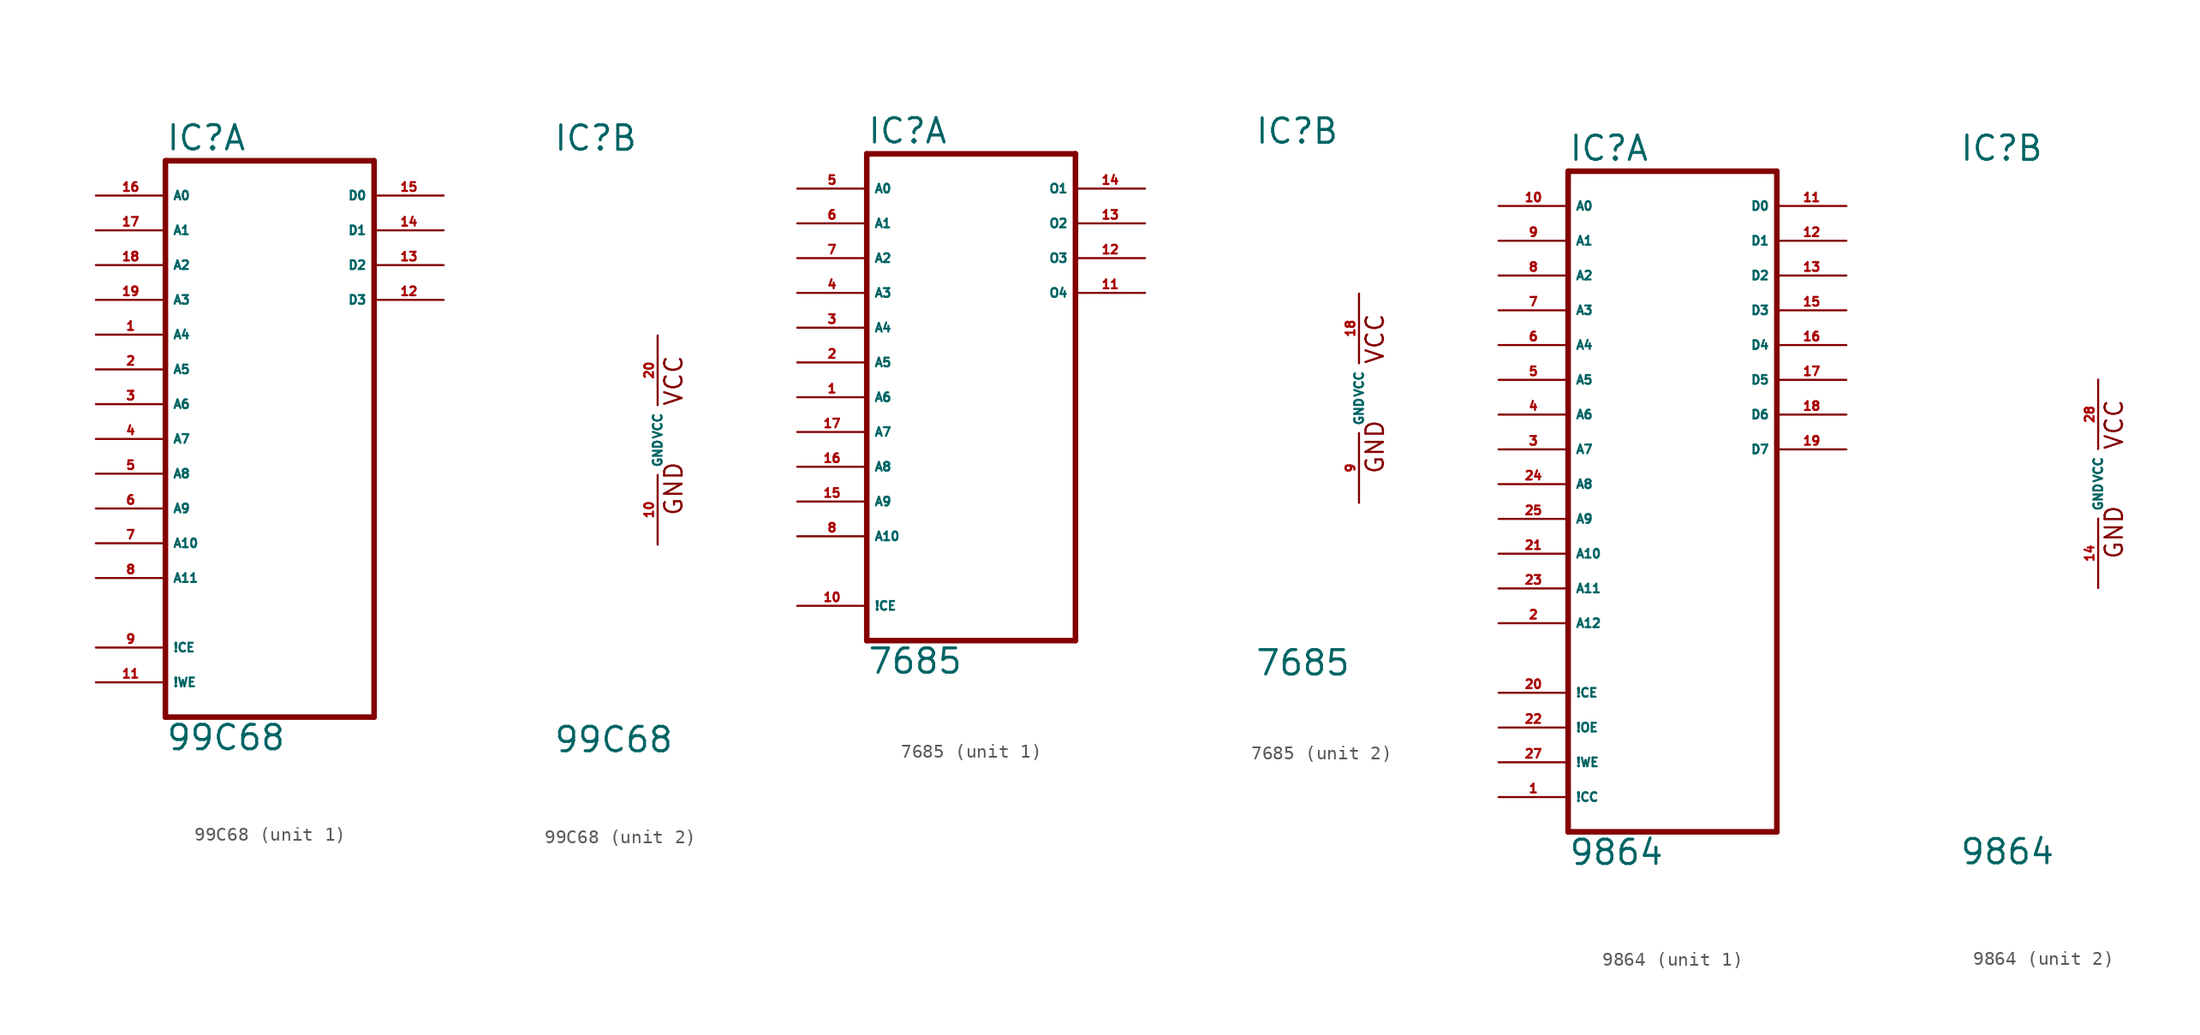
<source format=kicad_sym>
(kicad_symbol_lib
  (version 20220914)
  (generator Eagle2Kicad)
  (symbol "99C68"
    (property "Reference" "IC"
      (at -7.62 20.955 0)
      (effects (font (size 1.778 1.778) (thickness 0.22)) (justify left bottom)))
    (property "Value" "99C68"
      (at -7.62 -22.86 0)
      (effects (font (size 1.778 1.778) (thickness 0.22)) (justify left bottom)))
    (symbol "99C68_1_0"
      (polyline (pts (xy -7.62 -20.32) (xy 7.62 -20.32)) (stroke (width 0.406) (type default)) (fill (type none)))
      (polyline (pts (xy 7.62 -20.32) (xy 7.62 20.32)) (stroke (width 0.406) (type default)) (fill (type none)))
      (polyline (pts (xy 7.62 20.32) (xy -7.62 20.32)) (stroke (width 0.406) (type default)) (fill (type none)))
      (polyline (pts (xy -7.62 20.32) (xy -7.62 -20.32)) (stroke (width 0.406) (type default)) (fill (type none)))
      (pin input line (at -12.7 7.62 0) (length 5.08) (name "A4" (effects (font (size 0.635 0.635) (thickness 0.08)) (justify left bottom))) (number "1" (effects (font (size 0.635 0.635) (thickness 0.08)) (justify left bottom))))
      (pin input line (at -12.7 5.08 0) (length 5.08) (name "A5" (effects (font (size 0.635 0.635) (thickness 0.08)) (justify left bottom))) (number "2" (effects (font (size 0.635 0.635) (thickness 0.08)) (justify left bottom))))
      (pin input line (at -12.7 2.54 0) (length 5.08) (name "A6" (effects (font (size 0.635 0.635) (thickness 0.08)) (justify left bottom))) (number "3" (effects (font (size 0.635 0.635) (thickness 0.08)) (justify left bottom))))
      (pin input line (at -12.7 0 0) (length 5.08) (name "A7" (effects (font (size 0.635 0.635) (thickness 0.08)) (justify left bottom))) (number "4" (effects (font (size 0.635 0.635) (thickness 0.08)) (justify left bottom))))
      (pin input line (at -12.7 -2.54 0) (length 5.08) (name "A8" (effects (font (size 0.635 0.635) (thickness 0.08)) (justify left bottom))) (number "5" (effects (font (size 0.635 0.635) (thickness 0.08)) (justify left bottom))))
      (pin input line (at -12.7 -5.08 0) (length 5.08) (name "A9" (effects (font (size 0.635 0.635) (thickness 0.08)) (justify left bottom))) (number "6" (effects (font (size 0.635 0.635) (thickness 0.08)) (justify left bottom))))
      (pin input line (at -12.7 -7.62 0) (length 5.08) (name "A10" (effects (font (size 0.635 0.635) (thickness 0.08)) (justify left bottom))) (number "7" (effects (font (size 0.635 0.635) (thickness 0.08)) (justify left bottom))))
      (pin input line (at -12.7 -10.16 0) (length 5.08) (name "A11" (effects (font (size 0.635 0.635) (thickness 0.08)) (justify left bottom))) (number "8" (effects (font (size 0.635 0.635) (thickness 0.08)) (justify left bottom))))
      (pin input line (at -12.7 -15.24 0) (length 5.08) (name "!CE" (effects (font (size 0.635 0.635) (thickness 0.08)) (justify left bottom))) (number "9" (effects (font (size 0.635 0.635) (thickness 0.08)) (justify left bottom))))
      (pin input line (at -12.7 -17.78 0) (length 5.08) (name "!WE" (effects (font (size 0.635 0.635) (thickness 0.08)) (justify left bottom))) (number "11" (effects (font (size 0.635 0.635) (thickness 0.08)) (justify left bottom))))
      (pin bidirectional line (at 12.7 10.16 180) (length 5.08) (name "D3" (effects (font (size 0.635 0.635) (thickness 0.08)) (justify left bottom))) (number "12" (effects (font (size 0.635 0.635) (thickness 0.08)) (justify left bottom))))
      (pin bidirectional line (at 12.7 12.7 180) (length 5.08) (name "D2" (effects (font (size 0.635 0.635) (thickness 0.08)) (justify left bottom))) (number "13" (effects (font (size 0.635 0.635) (thickness 0.08)) (justify left bottom))))
      (pin bidirectional line (at 12.7 15.24 180) (length 5.08) (name "D1" (effects (font (size 0.635 0.635) (thickness 0.08)) (justify left bottom))) (number "14" (effects (font (size 0.635 0.635) (thickness 0.08)) (justify left bottom))))
      (pin bidirectional line (at 12.7 17.78 180) (length 5.08) (name "D0" (effects (font (size 0.635 0.635) (thickness 0.08)) (justify left bottom))) (number "15" (effects (font (size 0.635 0.635) (thickness 0.08)) (justify left bottom))))
      (pin input line (at -12.7 17.78 0) (length 5.08) (name "A0" (effects (font (size 0.635 0.635) (thickness 0.08)) (justify left bottom))) (number "16" (effects (font (size 0.635 0.635) (thickness 0.08)) (justify left bottom))))
      (pin input line (at -12.7 15.24 0) (length 5.08) (name "A1" (effects (font (size 0.635 0.635) (thickness 0.08)) (justify left bottom))) (number "17" (effects (font (size 0.635 0.635) (thickness 0.08)) (justify left bottom))))
      (pin input line (at -12.7 12.7 0) (length 5.08) (name "A2" (effects (font (size 0.635 0.635) (thickness 0.08)) (justify left bottom))) (number "18" (effects (font (size 0.635 0.635) (thickness 0.08)) (justify left bottom))))
      (pin input line (at -12.7 10.16 0) (length 5.08) (name "A3" (effects (font (size 0.635 0.635) (thickness 0.08)) (justify left bottom))) (number "19" (effects (font (size 0.635 0.635) (thickness 0.08)) (justify left bottom)))))
    (symbol "99C68_2_0"
      (text "GND" (at 1.905 -5.588 900) (effects (font (size 1.27 1.27) (thickness 0.16)) (justify left bottom)))
      (text "VCC" (at 1.905 2.413 900) (effects (font (size 1.27 1.27) (thickness 0.16)) (justify left bottom)))
      (pin unspecified line (at 0 -7.62 90) (length 5.08) (name "GND" (effects (font (size 0.635 0.635) (thickness 0.08)) (justify left bottom))) (number "10" (effects (font (size 0.635 0.635) (thickness 0.08)) (justify left bottom))))
      (pin unspecified line (at 0 7.62 270) (length 5.08) (name "VCC" (effects (font (size 0.635 0.635) (thickness 0.08)) (justify left bottom))) (number "20" (effects (font (size 0.635 0.635) (thickness 0.08)) (justify left bottom))))))
  (symbol "7685"
    (property "Reference" "IC"
      (at -7.62 18.415 0)
      (effects (font (size 1.778 1.778) (thickness 0.22)) (justify left bottom)))
    (property "Value" "7685"
      (at -7.62 -20.32 0)
      (effects (font (size 1.778 1.778) (thickness 0.22)) (justify left bottom)))
    (symbol "7685_1_0"
      (polyline (pts (xy -7.62 -17.78) (xy 7.62 -17.78)) (stroke (width 0.406) (type default)) (fill (type none)))
      (polyline (pts (xy 7.62 -17.78) (xy 7.62 17.78)) (stroke (width 0.406) (type default)) (fill (type none)))
      (polyline (pts (xy 7.62 17.78) (xy -7.62 17.78)) (stroke (width 0.406) (type default)) (fill (type none)))
      (polyline (pts (xy -7.62 17.78) (xy -7.62 -17.78)) (stroke (width 0.406) (type default)) (fill (type none)))
      (pin input line (at -12.7 0 0) (length 5.08) (name "A6" (effects (font (size 0.635 0.635) (thickness 0.08)) (justify left bottom))) (number "1" (effects (font (size 0.635 0.635) (thickness 0.08)) (justify left bottom))))
      (pin input line (at -12.7 2.54 0) (length 5.08) (name "A5" (effects (font (size 0.635 0.635) (thickness 0.08)) (justify left bottom))) (number "2" (effects (font (size 0.635 0.635) (thickness 0.08)) (justify left bottom))))
      (pin input line (at -12.7 5.08 0) (length 5.08) (name "A4" (effects (font (size 0.635 0.635) (thickness 0.08)) (justify left bottom))) (number "3" (effects (font (size 0.635 0.635) (thickness 0.08)) (justify left bottom))))
      (pin input line (at -12.7 7.62 0) (length 5.08) (name "A3" (effects (font (size 0.635 0.635) (thickness 0.08)) (justify left bottom))) (number "4" (effects (font (size 0.635 0.635) (thickness 0.08)) (justify left bottom))))
      (pin input line (at -12.7 15.24 0) (length 5.08) (name "A0" (effects (font (size 0.635 0.635) (thickness 0.08)) (justify left bottom))) (number "5" (effects (font (size 0.635 0.635) (thickness 0.08)) (justify left bottom))))
      (pin input line (at -12.7 12.7 0) (length 5.08) (name "A1" (effects (font (size 0.635 0.635) (thickness 0.08)) (justify left bottom))) (number "6" (effects (font (size 0.635 0.635) (thickness 0.08)) (justify left bottom))))
      (pin input line (at -12.7 10.16 0) (length 5.08) (name "A2" (effects (font (size 0.635 0.635) (thickness 0.08)) (justify left bottom))) (number "7" (effects (font (size 0.635 0.635) (thickness 0.08)) (justify left bottom))))
      (pin input line (at -12.7 -10.16 0) (length 5.08) (name "A10" (effects (font (size 0.635 0.635) (thickness 0.08)) (justify left bottom))) (number "8" (effects (font (size 0.635 0.635) (thickness 0.08)) (justify left bottom))))
      (pin input line (at -12.7 -15.24 0) (length 5.08) (name "!CE" (effects (font (size 0.635 0.635) (thickness 0.08)) (justify left bottom))) (number "10" (effects (font (size 0.635 0.635) (thickness 0.08)) (justify left bottom))))
      (pin tri_state line (at 12.7 7.62 180) (length 5.08) (name "O4" (effects (font (size 0.635 0.635) (thickness 0.08)) (justify left bottom))) (number "11" (effects (font (size 0.635 0.635) (thickness 0.08)) (justify left bottom))))
      (pin tri_state line (at 12.7 10.16 180) (length 5.08) (name "O3" (effects (font (size 0.635 0.635) (thickness 0.08)) (justify left bottom))) (number "12" (effects (font (size 0.635 0.635) (thickness 0.08)) (justify left bottom))))
      (pin tri_state line (at 12.7 12.7 180) (length 5.08) (name "O2" (effects (font (size 0.635 0.635) (thickness 0.08)) (justify left bottom))) (number "13" (effects (font (size 0.635 0.635) (thickness 0.08)) (justify left bottom))))
      (pin tri_state line (at 12.7 15.24 180) (length 5.08) (name "O1" (effects (font (size 0.635 0.635) (thickness 0.08)) (justify left bottom))) (number "14" (effects (font (size 0.635 0.635) (thickness 0.08)) (justify left bottom))))
      (pin input line (at -12.7 -7.62 0) (length 5.08) (name "A9" (effects (font (size 0.635 0.635) (thickness 0.08)) (justify left bottom))) (number "15" (effects (font (size 0.635 0.635) (thickness 0.08)) (justify left bottom))))
      (pin input line (at -12.7 -5.08 0) (length 5.08) (name "A8" (effects (font (size 0.635 0.635) (thickness 0.08)) (justify left bottom))) (number "16" (effects (font (size 0.635 0.635) (thickness 0.08)) (justify left bottom))))
      (pin input line (at -12.7 -2.54 0) (length 5.08) (name "A7" (effects (font (size 0.635 0.635) (thickness 0.08)) (justify left bottom))) (number "17" (effects (font (size 0.635 0.635) (thickness 0.08)) (justify left bottom)))))
    (symbol "7685_2_0"
      (text "GND" (at 1.905 -5.588 900) (effects (font (size 1.27 1.27) (thickness 0.16)) (justify left bottom)))
      (text "VCC" (at 1.905 2.413 900) (effects (font (size 1.27 1.27) (thickness 0.16)) (justify left bottom)))
      (pin unspecified line (at 0 -7.62 90) (length 5.08) (name "GND" (effects (font (size 0.635 0.635) (thickness 0.08)) (justify left bottom))) (number "9" (effects (font (size 0.635 0.635) (thickness 0.08)) (justify left bottom))))
      (pin unspecified line (at 0 7.62 270) (length 5.08) (name "VCC" (effects (font (size 0.635 0.635) (thickness 0.08)) (justify left bottom))) (number "18" (effects (font (size 0.635 0.635) (thickness 0.08)) (justify left bottom))))))
  (symbol "9864"
    (property "Reference" "IC"
      (at -10.16 23.495 0)
      (effects (font (size 1.778 1.778) (thickness 0.22)) (justify left bottom)))
    (property "Value" "9864"
      (at -10.16 -27.94 0)
      (effects (font (size 1.778 1.778) (thickness 0.22)) (justify left bottom)))
    (symbol "9864_1_0"
      (polyline (pts (xy -10.16 -25.4) (xy 5.08 -25.4)) (stroke (width 0.406) (type default)) (fill (type none)))
      (polyline (pts (xy 5.08 -25.4) (xy 5.08 22.86)) (stroke (width 0.406) (type default)) (fill (type none)))
      (polyline (pts (xy 5.08 22.86) (xy -10.16 22.86)) (stroke (width 0.406) (type default)) (fill (type none)))
      (polyline (pts (xy -10.16 22.86) (xy -10.16 -25.4)) (stroke (width 0.406) (type default)) (fill (type none)))
      (pin input line (at -15.24 -22.86 0) (length 5.08) (name "!CC" (effects (font (size 0.635 0.635) (thickness 0.08)) (justify left bottom))) (number "1" (effects (font (size 0.635 0.635) (thickness 0.08)) (justify left bottom))))
      (pin input line (at -15.24 -10.16 0) (length 5.08) (name "A12" (effects (font (size 0.635 0.635) (thickness 0.08)) (justify left bottom))) (number "2" (effects (font (size 0.635 0.635) (thickness 0.08)) (justify left bottom))))
      (pin input line (at -15.24 2.54 0) (length 5.08) (name "A7" (effects (font (size 0.635 0.635) (thickness 0.08)) (justify left bottom))) (number "3" (effects (font (size 0.635 0.635) (thickness 0.08)) (justify left bottom))))
      (pin input line (at -15.24 5.08 0) (length 5.08) (name "A6" (effects (font (size 0.635 0.635) (thickness 0.08)) (justify left bottom))) (number "4" (effects (font (size 0.635 0.635) (thickness 0.08)) (justify left bottom))))
      (pin input line (at -15.24 7.62 0) (length 5.08) (name "A5" (effects (font (size 0.635 0.635) (thickness 0.08)) (justify left bottom))) (number "5" (effects (font (size 0.635 0.635) (thickness 0.08)) (justify left bottom))))
      (pin input line (at -15.24 10.16 0) (length 5.08) (name "A4" (effects (font (size 0.635 0.635) (thickness 0.08)) (justify left bottom))) (number "6" (effects (font (size 0.635 0.635) (thickness 0.08)) (justify left bottom))))
      (pin input line (at -15.24 12.7 0) (length 5.08) (name "A3" (effects (font (size 0.635 0.635) (thickness 0.08)) (justify left bottom))) (number "7" (effects (font (size 0.635 0.635) (thickness 0.08)) (justify left bottom))))
      (pin input line (at -15.24 15.24 0) (length 5.08) (name "A2" (effects (font (size 0.635 0.635) (thickness 0.08)) (justify left bottom))) (number "8" (effects (font (size 0.635 0.635) (thickness 0.08)) (justify left bottom))))
      (pin input line (at -15.24 17.78 0) (length 5.08) (name "A1" (effects (font (size 0.635 0.635) (thickness 0.08)) (justify left bottom))) (number "9" (effects (font (size 0.635 0.635) (thickness 0.08)) (justify left bottom))))
      (pin input line (at -15.24 20.32 0) (length 5.08) (name "A0" (effects (font (size 0.635 0.635) (thickness 0.08)) (justify left bottom))) (number "10" (effects (font (size 0.635 0.635) (thickness 0.08)) (justify left bottom))))
      (pin bidirectional line (at 10.16 20.32 180) (length 5.08) (name "D0" (effects (font (size 0.635 0.635) (thickness 0.08)) (justify left bottom))) (number "11" (effects (font (size 0.635 0.635) (thickness 0.08)) (justify left bottom))))
      (pin bidirectional line (at 10.16 17.78 180) (length 5.08) (name "D1" (effects (font (size 0.635 0.635) (thickness 0.08)) (justify left bottom))) (number "12" (effects (font (size 0.635 0.635) (thickness 0.08)) (justify left bottom))))
      (pin bidirectional line (at 10.16 15.24 180) (length 5.08) (name "D2" (effects (font (size 0.635 0.635) (thickness 0.08)) (justify left bottom))) (number "13" (effects (font (size 0.635 0.635) (thickness 0.08)) (justify left bottom))))
      (pin bidirectional line (at 10.16 12.7 180) (length 5.08) (name "D3" (effects (font (size 0.635 0.635) (thickness 0.08)) (justify left bottom))) (number "15" (effects (font (size 0.635 0.635) (thickness 0.08)) (justify left bottom))))
      (pin bidirectional line (at 10.16 10.16 180) (length 5.08) (name "D4" (effects (font (size 0.635 0.635) (thickness 0.08)) (justify left bottom))) (number "16" (effects (font (size 0.635 0.635) (thickness 0.08)) (justify left bottom))))
      (pin bidirectional line (at 10.16 7.62 180) (length 5.08) (name "D5" (effects (font (size 0.635 0.635) (thickness 0.08)) (justify left bottom))) (number "17" (effects (font (size 0.635 0.635) (thickness 0.08)) (justify left bottom))))
      (pin bidirectional line (at 10.16 5.08 180) (length 5.08) (name "D6" (effects (font (size 0.635 0.635) (thickness 0.08)) (justify left bottom))) (number "18" (effects (font (size 0.635 0.635) (thickness 0.08)) (justify left bottom))))
      (pin bidirectional line (at 10.16 2.54 180) (length 5.08) (name "D7" (effects (font (size 0.635 0.635) (thickness 0.08)) (justify left bottom))) (number "19" (effects (font (size 0.635 0.635) (thickness 0.08)) (justify left bottom))))
      (pin input line (at -15.24 -15.24 0) (length 5.08) (name "!CE" (effects (font (size 0.635 0.635) (thickness 0.08)) (justify left bottom))) (number "20" (effects (font (size 0.635 0.635) (thickness 0.08)) (justify left bottom))))
      (pin input line (at -15.24 -5.08 0) (length 5.08) (name "A10" (effects (font (size 0.635 0.635) (thickness 0.08)) (justify left bottom))) (number "21" (effects (font (size 0.635 0.635) (thickness 0.08)) (justify left bottom))))
      (pin input line (at -15.24 -17.78 0) (length 5.08) (name "!OE" (effects (font (size 0.635 0.635) (thickness 0.08)) (justify left bottom))) (number "22" (effects (font (size 0.635 0.635) (thickness 0.08)) (justify left bottom))))
      (pin input line (at -15.24 -7.62 0) (length 5.08) (name "A11" (effects (font (size 0.635 0.635) (thickness 0.08)) (justify left bottom))) (number "23" (effects (font (size 0.635 0.635) (thickness 0.08)) (justify left bottom))))
      (pin input line (at -15.24 0 0) (length 5.08) (name "A8" (effects (font (size 0.635 0.635) (thickness 0.08)) (justify left bottom))) (number "24" (effects (font (size 0.635 0.635) (thickness 0.08)) (justify left bottom))))
      (pin input line (at -15.24 -2.54 0) (length 5.08) (name "A9" (effects (font (size 0.635 0.635) (thickness 0.08)) (justify left bottom))) (number "25" (effects (font (size 0.635 0.635) (thickness 0.08)) (justify left bottom))))
      (pin input line (at -15.24 -20.32 0) (length 5.08) (name "!WE" (effects (font (size 0.635 0.635) (thickness 0.08)) (justify left bottom))) (number "27" (effects (font (size 0.635 0.635) (thickness 0.08)) (justify left bottom)))))
    (symbol "9864_2_0"
      (text "GND" (at 1.905 -5.588 900) (effects (font (size 1.27 1.27) (thickness 0.16)) (justify left bottom)))
      (text "VCC" (at 1.905 2.413 900) (effects (font (size 1.27 1.27) (thickness 0.16)) (justify left bottom)))
      (pin unspecified line (at 0 -7.62 90) (length 5.08) (name "GND" (effects (font (size 0.635 0.635) (thickness 0.08)) (justify left bottom))) (number "14" (effects (font (size 0.635 0.635) (thickness 0.08)) (justify left bottom))))
      (pin unspecified line (at 0 7.62 270) (length 5.08) (name "VCC" (effects (font (size 0.635 0.635) (thickness 0.08)) (justify left bottom))) (number "28" (effects (font (size 0.635 0.635) (thickness 0.08)) (justify left bottom)))))))
</source>
